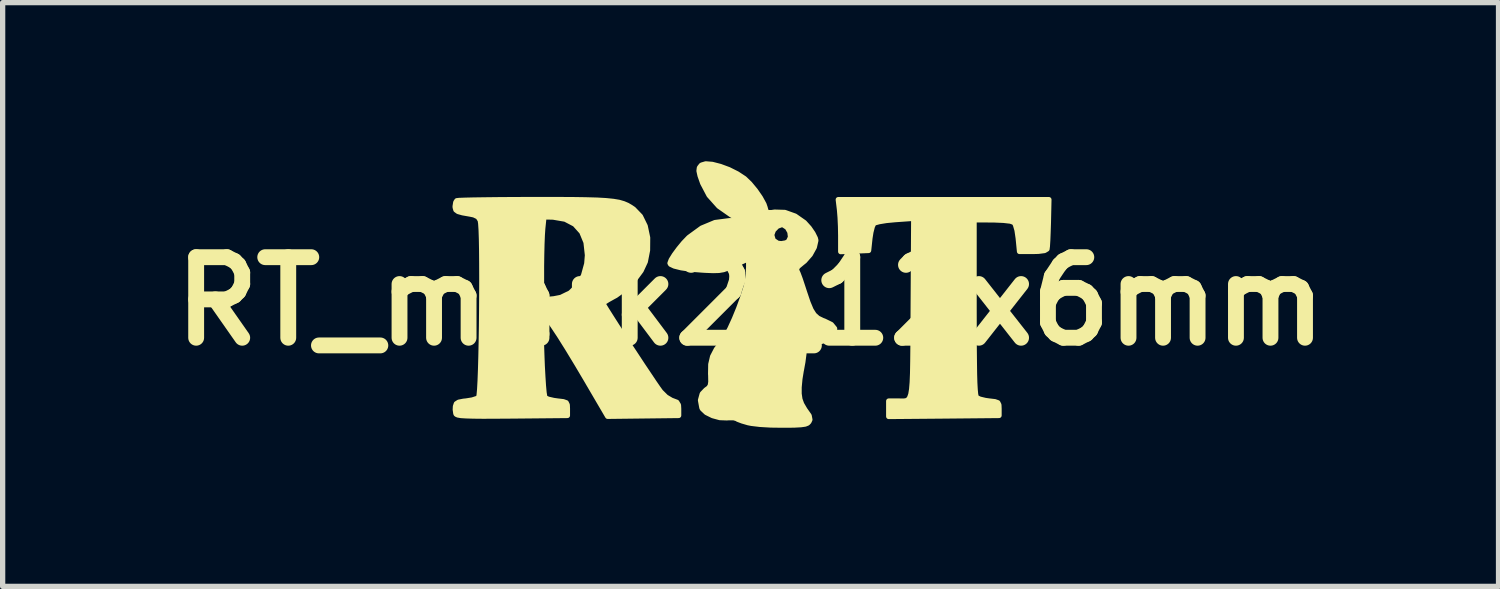
<source format=kicad_pcb>
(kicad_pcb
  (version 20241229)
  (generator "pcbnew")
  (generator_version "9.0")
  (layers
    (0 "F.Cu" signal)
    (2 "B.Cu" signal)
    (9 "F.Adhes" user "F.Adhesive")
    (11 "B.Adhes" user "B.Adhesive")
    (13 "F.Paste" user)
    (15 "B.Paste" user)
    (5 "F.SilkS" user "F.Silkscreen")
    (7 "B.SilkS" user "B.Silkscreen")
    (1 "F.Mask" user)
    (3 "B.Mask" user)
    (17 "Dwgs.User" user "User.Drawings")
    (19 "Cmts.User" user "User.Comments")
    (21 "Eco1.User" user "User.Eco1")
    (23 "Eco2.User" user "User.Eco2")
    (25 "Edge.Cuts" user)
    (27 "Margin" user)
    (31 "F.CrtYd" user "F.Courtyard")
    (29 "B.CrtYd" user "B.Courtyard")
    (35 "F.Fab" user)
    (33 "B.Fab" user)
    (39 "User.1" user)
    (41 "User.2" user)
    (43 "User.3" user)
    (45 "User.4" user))
  (footprint "RT_mark2_12x6mm"
    (layer "F.Cu")
    (at 11.147 2.649)
    (property "Reference" "RT_mark2_12x6mm" (at 0 0 0) (layer "F.SilkS") (effects (font (size 1.524 1.524) (thickness 0.3))))
    (attr through_hole)
    (fp_poly (pts (xy 5.642 -1.923) (xy 5.632 -1.479) (xy 5.626 -1.303) (xy 5.62 -1.153) (xy 5.613 -1.043) (xy 5.606 -0.989) (xy 5.606 -0.989) (xy 5.559 -0.961) (xy 5.444 -0.946) (xy 5.339 -0.943) (xy 5.087 -0.943) (xy 5.062 -1.196) (xy 5.04 -1.345) (xy 5.009 -1.452) (xy 4.983 -1.493) (xy 4.916 -1.517) (xy 4.785 -1.532) (xy 4.601 -1.54) (xy 4.578 -1.54) (xy 4.227 -1.542) (xy 4.227 0.116) (xy 4.228 0.526) (xy 4.229 0.868) (xy 4.232 1.148) (xy 4.235 1.372) (xy 4.24 1.544) (xy 4.247 1.67) (xy 4.255 1.755) (xy 4.265 1.804) (xy 4.274 1.821) (xy 4.335 1.851) (xy 4.439 1.876) (xy 4.509 1.886) (xy 4.62 1.899) (xy 4.676 1.919) (xy 4.696 1.96) (xy 4.699 2.032) (xy 4.699 2.159) (xy 3.656 2.169) (xy 2.613 2.178) (xy 2.613 2.033) (xy 2.613 1.887) (xy 2.785 1.886) (xy 2.849 1.888) (xy 2.903 1.888) (xy 2.947 1.881) (xy 2.983 1.861) (xy 3.01 1.822) (xy 3.032 1.758) (xy 3.047 1.664) (xy 3.058 1.532) (xy 3.065 1.358) (xy 3.069 1.134) (xy 3.072 0.856) (xy 3.074 0.518) (xy 3.076 0.123) (xy 3.086 -1.57) (xy 2.732 -1.545) (xy 2.566 -1.529) (xy 2.432 -1.507) (xy 2.348 -1.484) (xy 2.33 -1.474) (xy 2.302 -1.415) (xy 2.275 -1.309) (xy 2.257 -1.195) (xy 2.232 -0.962) (xy 1.968 -0.951) (xy 1.705 -0.94) (xy 1.705 -1.241) (xy 1.702 -1.413) (xy 1.694 -1.585) (xy 1.683 -1.722) (xy 1.682 -1.733) (xy 1.659 -1.923) (xy 3.651 -1.923) (xy 5.642 -1.923)) (stroke (width 0.1) (type solid)) (fill yes) (layer "F.SilkS"))
    (fp_poly (pts (xy -1.361 2.159) (xy -2.032 2.167) (xy -2.703 2.175) (xy -3.066 1.555) (xy -3.085 1.522) (xy -3.085 -0.872) (xy -3.112 -1.116) (xy -3.193 -1.312) (xy -3.325 -1.459) (xy -3.506 -1.554) (xy -3.733 -1.593) (xy -3.759 -1.594) (xy -3.909 -1.597) (xy -3.932 -1.374) (xy -3.94 -1.256) (xy -3.947 -1.086) (xy -3.952 -0.883) (xy -3.955 -0.667) (xy -3.955 -0.593) (xy -3.955 -0.036) (xy -3.837 -0.036) (xy -3.719 -0.047) (xy -3.592 -0.072) (xy -3.585 -0.074) (xy -3.41 -0.159) (xy -3.265 -0.301) (xy -3.159 -0.489) (xy -3.098 -0.711) (xy -3.085 -0.872) (xy -3.085 1.522) (xy -3.278 1.196) (xy -3.463 0.891) (xy -3.62 0.641) (xy -3.748 0.449) (xy -3.846 0.314) (xy -3.912 0.24) (xy -3.945 0.228) (xy -3.948 0.236) (xy -3.956 0.312) (xy -3.96 0.442) (xy -3.959 0.612) (xy -3.956 0.808) (xy -3.949 1.017) (xy -3.941 1.227) (xy -3.93 1.425) (xy -3.919 1.596) (xy -3.907 1.728) (xy -3.894 1.807) (xy -3.888 1.824) (xy -3.829 1.852) (xy -3.725 1.876) (xy -3.655 1.886) (xy -3.545 1.899) (xy -3.488 1.919) (xy -3.468 1.96) (xy -3.465 2.032) (xy -3.465 2.159) (xy -4.509 2.169) (xy -4.818 2.171) (xy -5.062 2.172) (xy -5.248 2.17) (xy -5.383 2.166) (xy -5.477 2.16) (xy -5.535 2.15) (xy -5.565 2.137) (xy -5.574 2.126) (xy -5.585 2.049) (xy -5.582 1.989) (xy -5.565 1.938) (xy -5.52 1.909) (xy -5.429 1.891) (xy -5.38 1.886) (xy -5.263 1.867) (xy -5.173 1.838) (xy -5.144 1.821) (xy -5.134 1.775) (xy -5.124 1.666) (xy -5.115 1.502) (xy -5.107 1.292) (xy -5.1 1.046) (xy -5.094 0.771) (xy -5.089 0.478) (xy -5.086 0.175) (xy -5.084 -0.129) (xy -5.083 -0.425) (xy -5.084 -0.705) (xy -5.086 -0.958) (xy -5.09 -1.176) (xy -5.096 -1.351) (xy -5.104 -1.473) (xy -5.113 -1.533) (xy -5.155 -1.598) (xy -5.232 -1.635) (xy -5.305 -1.65) (xy -5.447 -1.675) (xy -5.532 -1.699) (xy -5.574 -1.73) (xy -5.587 -1.776) (xy -5.588 -1.796) (xy -5.576 -1.871) (xy -5.556 -1.902) (xy -5.514 -1.907) (xy -5.407 -1.911) (xy -5.243 -1.915) (xy -5.031 -1.918) (xy -4.778 -1.921) (xy -4.493 -1.923) (xy -4.183 -1.924) (xy -4.095 -1.924) (xy -3.707 -1.924) (xy -3.383 -1.923) (xy -3.118 -1.919) (xy -2.903 -1.913) (xy -2.732 -1.903) (xy -2.596 -1.889) (xy -2.489 -1.871) (xy -2.403 -1.846) (xy -2.332 -1.816) (xy -2.267 -1.778) (xy -2.215 -1.743) (xy -2.084 -1.607) (xy -1.994 -1.423) (xy -1.948 -1.204) (xy -1.95 -0.965) (xy -1.992 -0.75) (xy -2.071 -0.58) (xy -2.201 -0.404) (xy -2.367 -0.242) (xy -2.551 -0.11) (xy -2.594 -0.087) (xy -2.698 -0.029) (xy -2.77 0.017) (xy -2.794 0.038) (xy -2.775 0.075) (xy -2.722 0.162) (xy -2.641 0.29) (xy -2.539 0.45) (xy -2.421 0.632) (xy -2.295 0.826) (xy -2.165 1.023) (xy -2.04 1.213) (xy -1.924 1.386) (xy -1.825 1.534) (xy -1.748 1.646) (xy -1.7 1.712) (xy -1.698 1.714) (xy -1.6 1.811) (xy -1.496 1.873) (xy -1.476 1.88) (xy -1.397 1.91) (xy -1.365 1.963) (xy -1.361 2.034) (xy -1.361 2.159)) (stroke (width 0.1) (type solid)) (fill yes) (layer "F.SilkS"))
    (fp_poly (pts (xy 1.589 0.516) (xy 1.582 0.6) (xy 1.504 0.687) (xy 1.476 0.707) (xy 1.338 0.759) (xy 1.177 0.762) (xy 1.098 0.744) (xy 1.047 0.733) (xy 1.023 0.756) (xy 1.016 0.829) (xy 1.016 0.876) (xy 1.008 0.992) (xy 0.988 1.146) (xy 0.959 1.305) (xy 0.958 1.306) (xy 0.932 1.467) (xy 0.917 1.626) (xy 0.917 1.749) (xy 0.917 1.749) (xy 0.932 1.853) (xy 0.965 1.945) (xy 1.026 2.049) (xy 1.107 2.164) (xy 1.121 2.238) (xy 1.103 2.277) (xy 1.077 2.304) (xy 1.031 2.322) (xy 0.953 2.333) (xy 0.83 2.34) (xy 0.756 2.341) (xy 0.756 -1.214) (xy 0.744 -1.311) (xy 0.695 -1.397) (xy 0.618 -1.447) (xy 0.587 -1.451) (xy 0.503 -1.42) (xy 0.431 -1.346) (xy 0.399 -1.258) (xy 0.399 -1.253) (xy 0.428 -1.153) (xy 0.512 -1.097) (xy 0.581 -1.089) (xy 0.669 -1.104) (xy 0.718 -1.132) (xy 0.756 -1.214) (xy 0.756 2.341) (xy 0.649 2.342) (xy 0.604 2.342) (xy 0.379 2.339) (xy 0.176 2.327) (xy 0.017 2.308) (xy -0.044 2.296) (xy -0.157 2.263) (xy -0.239 2.232) (xy -0.265 2.217) (xy -0.317 2.202) (xy -0.411 2.201) (xy -0.45 2.204) (xy -0.581 2.199) (xy -0.717 2.162) (xy -0.836 2.103) (xy -0.911 2.032) (xy -0.921 2.012) (xy -0.947 1.871) (xy -0.914 1.751) (xy -0.844 1.678) (xy -0.791 1.639) (xy -0.762 1.595) (xy -0.751 1.525) (xy -0.753 1.407) (xy -0.755 1.371) (xy -0.752 1.192) (xy -0.718 1.046) (xy -0.646 0.907) (xy -0.525 0.752) (xy -0.464 0.659) (xy -0.388 0.513) (xy -0.306 0.333) (xy -0.224 0.133) (xy -0.15 -0.069) (xy -0.09 -0.255) (xy -0.075 -0.308) (xy -0.057 -0.403) (xy -0.044 -0.521) (xy -0.036 -0.639) (xy -0.036 -0.736) (xy -0.044 -0.792) (xy -0.05 -0.798) (xy -0.088 -0.784) (xy -0.173 -0.746) (xy -0.289 -0.693) (xy -0.308 -0.684) (xy -0.422 -0.633) (xy -0.512 -0.6) (xy -0.6 -0.585) (xy -0.709 -0.582) (xy -0.86 -0.588) (xy -0.92 -0.592) (xy -1.134 -0.609) (xy -1.311 -0.635) (xy -1.44 -0.667) (xy -1.512 -0.701) (xy -1.524 -0.722) (xy -1.501 -0.783) (xy -1.442 -0.878) (xy -1.359 -0.991) (xy -1.266 -1.104) (xy -1.176 -1.198) (xy -1.163 -1.21) (xy -0.924 -1.384) (xy -0.672 -1.489) (xy -0.402 -1.524) (xy -0.399 -1.524) (xy -0.163 -1.525) (xy -0.363 -1.633) (xy -0.6 -1.799) (xy -0.785 -2.006) (xy -0.906 -2.236) (xy -0.955 -2.376) (xy -0.975 -2.467) (xy -0.968 -2.525) (xy -0.934 -2.569) (xy -0.926 -2.576) (xy -0.848 -2.599) (xy -0.725 -2.589) (xy -0.574 -2.55) (xy -0.412 -2.49) (xy -0.254 -2.411) (xy -0.117 -2.321) (xy -0.016 -2.224) (xy 0.09 -2.096) (xy 0.184 -1.96) (xy 0.252 -1.836) (xy 0.273 -1.775) (xy 0.292 -1.705) (xy 0.326 -1.677) (xy 0.395 -1.677) (xy 0.455 -1.686) (xy 0.648 -1.68) (xy 0.841 -1.611) (xy 1.016 -1.489) (xy 1.109 -1.386) (xy 1.179 -1.284) (xy 1.224 -1.193) (xy 1.234 -1.152) (xy 1.205 -1.024) (xy 1.129 -0.886) (xy 1.021 -0.763) (xy 0.977 -0.728) (xy 0.892 -0.657) (xy 0.866 -0.605) (xy 0.874 -0.578) (xy 0.899 -0.523) (xy 0.939 -0.416) (xy 0.986 -0.274) (xy 1.019 -0.173) (xy 1.085 0.023) (xy 1.143 0.162) (xy 1.202 0.256) (xy 1.272 0.319) (xy 1.362 0.363) (xy 1.395 0.375) (xy 1.526 0.439) (xy 1.589 0.516)) (stroke (width 0.1) (type solid)) (fill yes) (layer "F.SilkS")))
  (gr_rect
    (start -3 -3)
    (end 25.294 8.041)
    (stroke (width 0.1) (type default))
    (fill no)
    (layer "Edge.Cuts")))
</source>
